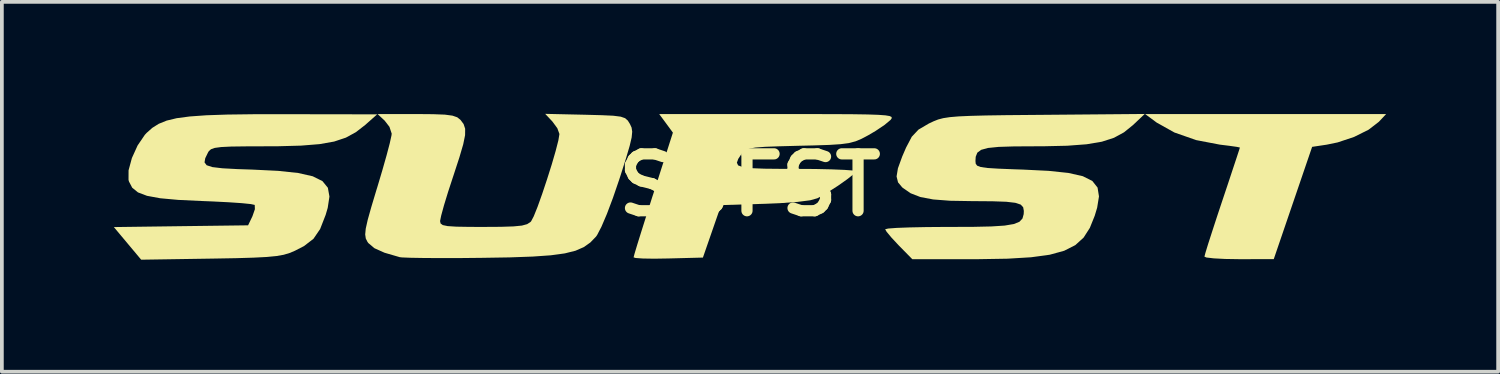
<source format=kicad_pcb>
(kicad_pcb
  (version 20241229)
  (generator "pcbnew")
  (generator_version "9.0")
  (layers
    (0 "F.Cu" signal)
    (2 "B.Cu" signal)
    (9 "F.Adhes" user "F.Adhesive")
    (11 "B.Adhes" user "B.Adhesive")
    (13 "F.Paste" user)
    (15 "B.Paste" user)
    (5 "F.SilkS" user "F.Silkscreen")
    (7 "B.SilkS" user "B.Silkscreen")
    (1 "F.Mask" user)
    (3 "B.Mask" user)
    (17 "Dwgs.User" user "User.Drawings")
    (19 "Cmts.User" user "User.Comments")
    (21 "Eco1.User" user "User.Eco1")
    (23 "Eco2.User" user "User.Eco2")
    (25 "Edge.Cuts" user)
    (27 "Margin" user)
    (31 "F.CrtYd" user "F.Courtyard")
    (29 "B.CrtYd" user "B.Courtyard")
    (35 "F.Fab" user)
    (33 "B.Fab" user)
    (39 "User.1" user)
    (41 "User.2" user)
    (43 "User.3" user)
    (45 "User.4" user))
  (footprint "SUFST"
    (layer "F.Cu")
    (at 17.033 1.906)
    (property "Reference" "SUFST" (at 0 0 0) (layer "F.SilkS") (effects (font (size 1.524 1.524) (thickness 0.3))))
    (attr board_only exclude_from_pos_files exclude_from_bom)
    (fp_poly (pts (xy 16.853 -1.692) (xy 16.579 -1.481) (xy 16.191 -1.288) (xy 15.751 -1.141) (xy 15.46 -1.081) (xy 15.067 -1.022) (xy 14.553 0.482) (xy 14.039 1.986) (xy 13.11 1.987) (xy 12.733 1.981) (xy 12.43 1.965) (xy 12.235 1.942) (xy 12.182 1.919) (xy 12.208 1.819) (xy 12.28 1.583) (xy 12.391 1.239) (xy 12.529 0.816) (xy 12.657 0.432) (xy 12.812 -0.031) (xy 12.945 -0.433) (xy 13.049 -0.746) (xy 13.114 -0.945) (xy 13.132 -1.004) (xy 13.054 -1.021) (xy 12.85 -1.05) (xy 12.592 -1.082) (xy 11.96 -1.203) (xy 11.377 -1.407) (xy 10.901 -1.673) (xy 10.886 -1.685) (xy 10.593 -1.901) (xy 17.05 -1.901)) (stroke (width 0) (type solid)) (fill yes) (layer "F.SilkS"))
    (fp_poly (pts (xy 1.567 -1.9) (xy 2.233 -1.899) (xy 2.756 -1.896) (xy 3.154 -1.89) (xy 3.442 -1.88) (xy 3.636 -1.866) (xy 3.75 -1.847) (xy 3.801 -1.822) (xy 3.805 -1.789) (xy 3.778 -1.749) (xy 3.77 -1.741) (xy 3.615 -1.611) (xy 3.369 -1.446) (xy 3.173 -1.331) (xy 2.997 -1.238) (xy 2.838 -1.171) (xy 2.663 -1.125) (xy 2.438 -1.094) (xy 2.13 -1.074) (xy 1.706 -1.06) (xy 1.316 -1.051) (xy 0.791 -1.037) (xy 0.412 -1.023) (xy 0.151 -1.003) (xy -0.018 -0.973) (xy -0.122 -0.931) (xy -0.189 -0.873) (xy -0.217 -0.836) (xy -0.306 -0.7) (xy -0.343 -0.598) (xy -0.31 -0.526) (xy -0.187 -0.479) (xy 0.042 -0.451) (xy 0.396 -0.437) (xy 0.895 -0.432) (xy 1.253 -0.432) (xy 1.757 -0.429) (xy 2.195 -0.419) (xy 2.542 -0.405) (xy 2.769 -0.388) (xy 2.851 -0.367) (xy 2.783 -0.289) (xy 2.608 -0.151) (xy 2.367 0.019) (xy 2.099 0.191) (xy 1.847 0.338) (xy 1.814 0.355) (xy 1.622 0.409) (xy 1.278 0.453) (xy 0.804 0.487) (xy 0.417 0.503) (xy -0.765 0.538) (xy -1.009 1.241) (xy -1.253 1.944) (xy -2.181 1.968) (xy -2.559 1.974) (xy -2.862 1.969) (xy -3.057 1.955) (xy -3.11 1.938) (xy -3.085 1.842) (xy -3.015 1.608) (xy -2.907 1.261) (xy -2.77 0.827) (xy -2.613 0.331) (xy -2.583 0.24) (xy -2.057 -1.403) (xy -2.24 -1.652) (xy -2.424 -1.901) (xy 0.745 -1.901)) (stroke (width 0) (type solid)) (fill yes) (layer "F.SilkS"))
    (fp_poly (pts (xy -9.979 -1.893) (xy -10.301 -1.608) (xy -10.55 -1.415) (xy -10.817 -1.269) (xy -11.132 -1.164) (xy -11.523 -1.095) (xy -12.017 -1.055) (xy -12.643 -1.038) (xy -12.966 -1.037) (xy -13.502 -1.035) (xy -13.89 -1.03) (xy -14.157 -1.017) (xy -14.329 -0.994) (xy -14.431 -0.958) (xy -14.489 -0.906) (xy -14.511 -0.87) (xy -14.585 -0.717) (xy -14.604 -0.606) (xy -14.548 -0.53) (xy -14.396 -0.48) (xy -14.127 -0.448) (xy -13.721 -0.426) (xy -13.326 -0.413) (xy -12.633 -0.379) (xy -12.097 -0.322) (xy -11.706 -0.234) (xy -11.445 -0.104) (xy -11.3 0.074) (xy -11.258 0.309) (xy -11.304 0.612) (xy -11.359 0.8) (xy -11.507 1.179) (xy -11.685 1.44) (xy -11.939 1.636) (xy -12.182 1.761) (xy -12.327 1.822) (xy -12.484 1.869) (xy -12.679 1.903) (xy -12.939 1.928) (xy -13.29 1.946) (xy -13.759 1.96) (xy -14.371 1.971) (xy -14.435 1.972) (xy -16.301 2.001) (xy -16.667 1.564) (xy -17.033 1.127) (xy -15.235 1.103) (xy -13.437 1.08) (xy -13.32 0.836) (xy -13.255 0.649) (xy -13.259 0.535) (xy -13.261 0.533) (xy -13.363 0.511) (xy -13.607 0.486) (xy -13.962 0.462) (xy -14.396 0.44) (xy -14.672 0.429) (xy -15.307 0.399) (xy -15.791 0.355) (xy -16.144 0.29) (xy -16.387 0.198) (xy -16.541 0.073) (xy -16.627 -0.091) (xy -16.64 -0.135) (xy -16.639 -0.393) (xy -16.55 -0.722) (xy -16.397 -1.059) (xy -16.203 -1.344) (xy -16.155 -1.396) (xy -16.003 -1.531) (xy -15.831 -1.639) (xy -15.619 -1.725) (xy -15.349 -1.79) (xy -15.001 -1.836) (xy -14.555 -1.868) (xy -13.994 -1.887) (xy -13.297 -1.896) (xy -12.49 -1.897)) (stroke (width 0) (type solid)) (fill yes) (layer "F.SilkS"))
    (fp_poly (pts (xy 10.267 -1.605) (xy 10.027 -1.411) (xy 9.759 -1.265) (xy 9.434 -1.16) (xy 9.025 -1.091) (xy 8.505 -1.052) (xy 7.848 -1.037) (xy 7.648 -1.037) (xy 7.084 -1.034) (xy 6.669 -1.021) (xy 6.382 -0.992) (xy 6.2 -0.942) (xy 6.098 -0.866) (xy 6.055 -0.757) (xy 6.048 -0.642) (xy 6.055 -0.57) (xy 6.093 -0.518) (xy 6.189 -0.482) (xy 6.369 -0.456) (xy 6.657 -0.438) (xy 7.081 -0.421) (xy 7.322 -0.413) (xy 8.009 -0.379) (xy 8.538 -0.323) (xy 8.924 -0.236) (xy 9.179 -0.108) (xy 9.319 0.069) (xy 9.357 0.305) (xy 9.308 0.608) (xy 9.243 0.824) (xy 9.112 1.149) (xy 8.945 1.409) (xy 8.722 1.611) (xy 8.426 1.761) (xy 8.037 1.868) (xy 7.536 1.936) (xy 6.905 1.974) (xy 6.124 1.987) (xy 5.961 1.987) (xy 4.356 1.987) (xy 3.992 1.617) (xy 3.799 1.41) (xy 3.667 1.251) (xy 3.629 1.185) (xy 3.711 1.166) (xy 3.94 1.149) (xy 4.29 1.136) (xy 4.734 1.127) (xy 5.249 1.123) (xy 5.35 1.123) (xy 5.989 1.121) (xy 6.475 1.11) (xy 6.83 1.087) (xy 7.073 1.046) (xy 7.226 0.985) (xy 7.308 0.897) (xy 7.34 0.78) (xy 7.344 0.694) (xy 7.326 0.595) (xy 7.259 0.524) (xy 7.116 0.477) (xy 6.875 0.449) (xy 6.511 0.436) (xy 6 0.432) (xy 5.967 0.432) (xy 5.37 0.422) (xy 4.915 0.387) (xy 4.572 0.322) (xy 4.311 0.221) (xy 4.104 0.078) (xy 4.084 0.061) (xy 3.974 -0.071) (xy 3.935 -0.229) (xy 3.971 -0.447) (xy 4.085 -0.761) (xy 4.189 -1.002) (xy 4.342 -1.293) (xy 4.523 -1.485) (xy 4.798 -1.646) (xy 4.806 -1.65) (xy 4.929 -1.708) (xy 5.048 -1.755) (xy 5.185 -1.791) (xy 5.361 -1.818) (xy 5.596 -1.838) (xy 5.911 -1.852) (xy 6.327 -1.863) (xy 6.865 -1.871) (xy 7.545 -1.877) (xy 7.905 -1.88) (xy 10.583 -1.903)) (stroke (width 0) (type solid)) (fill yes) (layer "F.SilkS"))
    (fp_poly (pts (xy -4.405 -1.882) (xy -3.958 -1.87) (xy -3.653 -1.856) (xy -3.456 -1.831) (xy -3.337 -1.79) (xy -3.265 -1.726) (xy -3.208 -1.635) (xy -3.164 -1.539) (xy -3.147 -1.428) (xy -3.162 -1.274) (xy -3.215 -1.048) (xy -3.311 -0.723) (xy -3.455 -0.269) (xy -3.498 -0.137) (xy -3.663 0.345) (xy -3.825 0.775) (xy -3.971 1.117) (xy -4.087 1.34) (xy -4.117 1.383) (xy -4.269 1.54) (xy -4.445 1.664) (xy -4.665 1.76) (xy -4.953 1.832) (xy -5.328 1.883) (xy -5.812 1.917) (xy -6.428 1.939) (xy -7.171 1.951) (xy -7.755 1.957) (xy -8.288 1.958) (xy -8.743 1.955) (xy -9.095 1.949) (xy -9.316 1.94) (xy -9.374 1.933) (xy -9.783 1.814) (xy -10.053 1.693) (xy -10.216 1.555) (xy -10.24 1.521) (xy -10.284 1.434) (xy -10.3 1.325) (xy -10.285 1.167) (xy -10.232 0.931) (xy -10.136 0.589) (xy -9.993 0.113) (xy -9.977 0.063) (xy -9.842 -0.39) (xy -9.727 -0.795) (xy -9.642 -1.118) (xy -9.596 -1.326) (xy -9.59 -1.376) (xy -9.65 -1.558) (xy -9.779 -1.725) (xy -9.968 -1.901) (xy -8.928 -1.901) (xy -8.477 -1.897) (xy -8.165 -1.885) (xy -7.962 -1.858) (xy -7.834 -1.814) (xy -7.75 -1.747) (xy -7.746 -1.743) (xy -7.664 -1.633) (xy -7.622 -1.507) (xy -7.624 -1.335) (xy -7.674 -1.09) (xy -7.776 -0.742) (xy -7.932 -0.264) (xy -7.948 -0.216) (xy -8.081 0.19) (xy -8.19 0.547) (xy -8.264 0.818) (xy -8.294 0.964) (xy -8.294 0.968) (xy -8.28 1.031) (xy -8.221 1.074) (xy -8.09 1.101) (xy -7.86 1.116) (xy -7.505 1.122) (xy -7.141 1.123) (xy -6.662 1.12) (xy -6.325 1.109) (xy -6.102 1.087) (xy -5.962 1.049) (xy -5.875 0.993) (xy -5.855 0.972) (xy -5.785 0.839) (xy -5.681 0.581) (xy -5.558 0.236) (xy -5.428 -0.154) (xy -5.303 -0.55) (xy -5.198 -0.911) (xy -5.125 -1.196) (xy -5.097 -1.366) (xy -5.097 -1.367) (xy -5.153 -1.521) (xy -5.287 -1.703) (xy -5.288 -1.704) (xy -5.478 -1.906)) (stroke (width 0) (type solid)) (fill yes) (layer "F.SilkS")))
  (gr_rect
    (start -3 -3)
    (end 37.083 6.908)
    (stroke (width 0.1) (type default))
    (fill no)
    (layer "Edge.Cuts")))
</source>
